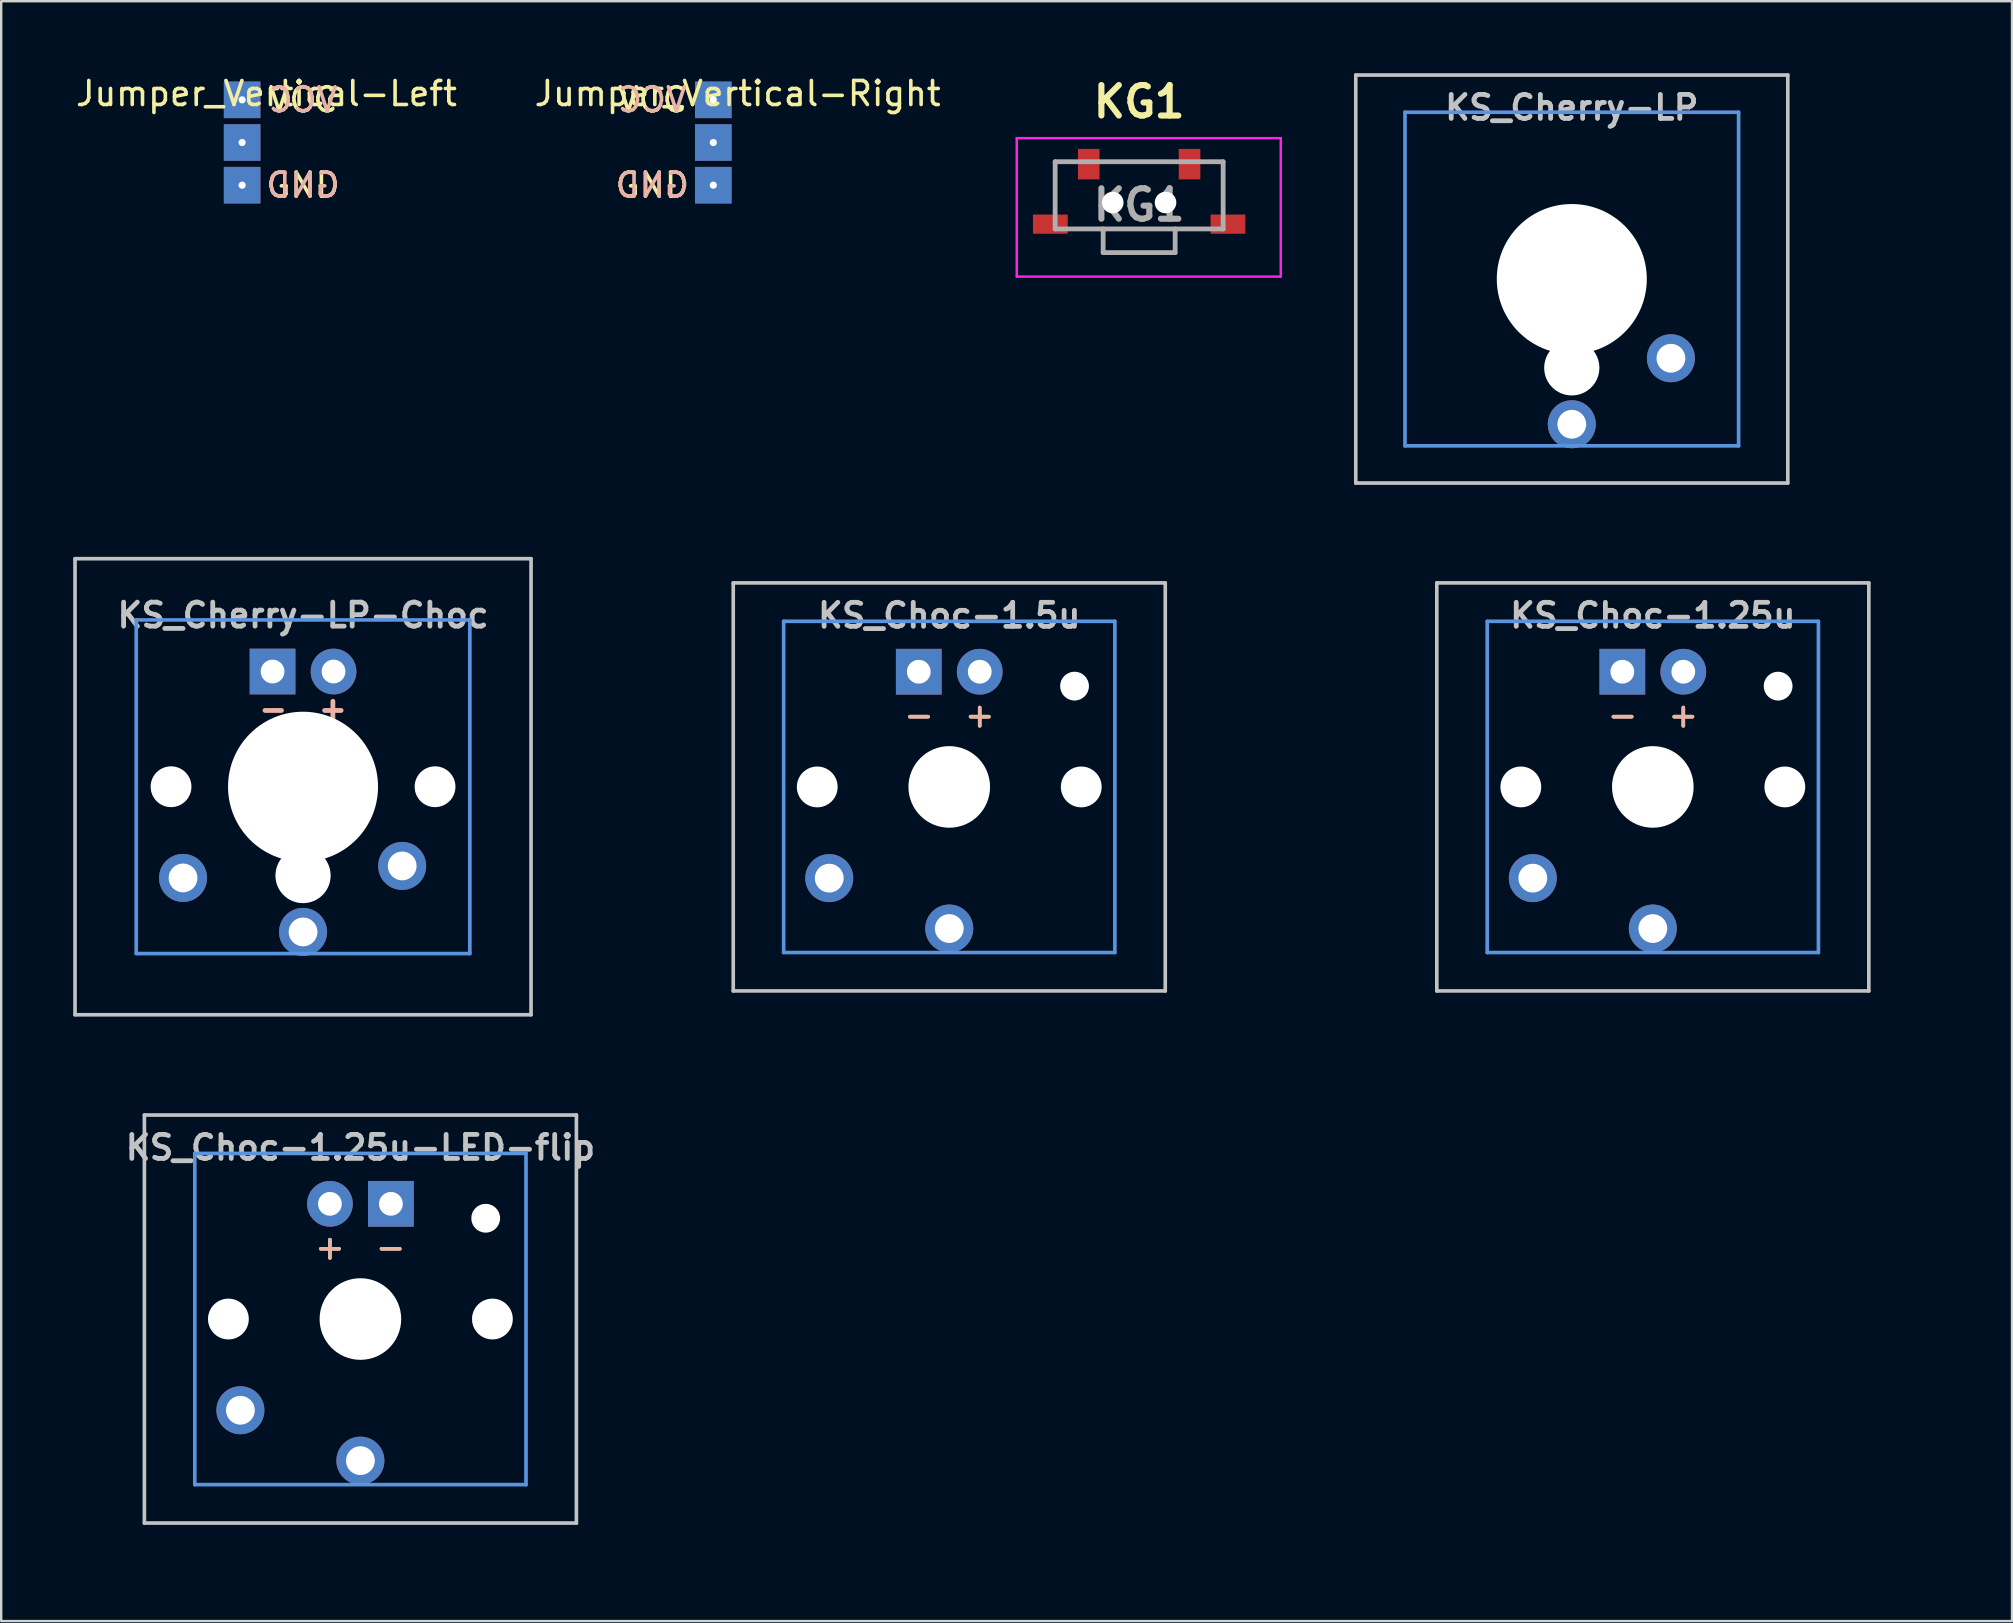
<source format=kicad_pcb>
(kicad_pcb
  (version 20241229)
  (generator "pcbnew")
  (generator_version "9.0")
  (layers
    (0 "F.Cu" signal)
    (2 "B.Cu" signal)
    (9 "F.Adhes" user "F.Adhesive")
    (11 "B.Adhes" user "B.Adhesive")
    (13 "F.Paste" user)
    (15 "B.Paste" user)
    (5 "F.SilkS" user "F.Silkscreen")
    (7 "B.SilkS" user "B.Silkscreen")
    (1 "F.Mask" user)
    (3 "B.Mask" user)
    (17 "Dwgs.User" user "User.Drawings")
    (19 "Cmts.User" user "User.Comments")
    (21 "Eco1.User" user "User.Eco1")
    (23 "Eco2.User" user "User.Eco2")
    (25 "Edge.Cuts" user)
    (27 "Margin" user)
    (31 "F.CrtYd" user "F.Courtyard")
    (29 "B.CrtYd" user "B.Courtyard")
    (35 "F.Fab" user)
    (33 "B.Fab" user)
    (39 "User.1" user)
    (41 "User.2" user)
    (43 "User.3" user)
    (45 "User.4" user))
  (footprint "KS_Choc-1.25u-LED-flip"
    (layer "F.Cu")
    (at 11.966 51.907)
    (property "Reference" "KS_Choc-1.25u-LED-flip" (at 0 -7.144 180) (layer "Dwgs.User") (effects (font (size 1 1) (thickness 0.2))))
    (attr through_hole)
    (fp_line (start -9 -8.5) (end 9 -8.5) (stroke (width 0.152) (type solid)) (layer "Dwgs.User"))
    (fp_line (start -9 8.5) (end -9 -8.5) (stroke (width 0.152) (type solid)) (layer "Dwgs.User"))
    (fp_line (start 9 -8.5) (end 9 8.5) (stroke (width 0.152) (type solid)) (layer "Dwgs.User"))
    (fp_line (start 9 8.5) (end -9 8.5) (stroke (width 0.152) (type solid)) (layer "Dwgs.User"))
    (fp_line (start -6.9 -6.9) (end 6.9 -6.9) (stroke (width 0.152) (type solid)) (layer "Cmts.User"))
    (fp_line (start -6.9 6.9) (end -6.9 -6.9) (stroke (width 0.152) (type solid)) (layer "Cmts.User"))
    (fp_line (start 6.9 -6.9) (end 6.9 6.9) (stroke (width 0.152) (type solid)) (layer "Cmts.User"))
    (fp_line (start 6.9 6.9) (end -6.9 6.9) (stroke (width 0.152) (type solid)) (layer "Cmts.User"))
    (fp_line (start -11.906 -9.525) (end -11.906 9.525) (stroke (width 0.12) (type solid)) (layer "Eco1.User"))
    (fp_line (start -11.906 -9.525) (end 11.906 -9.525) (stroke (width 0.12) (type solid)) (layer "Eco1.User"))
    (fp_line (start -11.906 9.525) (end 11.906 9.525) (stroke (width 0.12) (type solid)) (layer "Eco1.User"))
    (fp_line (start 11.906 -9.525) (end 11.906 9.525) (stroke (width 0.12) (type solid)) (layer "Eco1.User"))
    (fp_line (start -7.5 -7.5) (end 7.5 -7.5) (stroke (width 0.152) (type solid)) (layer "Eco2.User"))
    (fp_line (start -7.5 7.5) (end -7.5 -7.5) (stroke (width 0.152) (type solid)) (layer "Eco2.User"))
    (fp_line (start 7.5 -7.5) (end 7.5 7.5) (stroke (width 0.152) (type solid)) (layer "Eco2.User"))
    (fp_line (start 7.5 7.5) (end -7.5 7.5) (stroke (width 0.152) (type solid)) (layer "Eco2.User"))
    (fp_text user "-" (at 1.26 -3 180) (layer "F.SilkS") (effects (font (size 1 1) (thickness 0.15))))
    (fp_text user "+" (at -1.27 -3 180) (layer "F.SilkS") (effects (font (size 1 1) (thickness 0.15))))
    (fp_text user "-" (at 1.26 -3 180) (layer "B.SilkS") (effects (font (size 1 1) (thickness 0.15)) (justify mirror)))
    (fp_text user "+" (at -1.27 -3 180) (layer "B.SilkS") (effects (font (size 1 1) (thickness 0.15)) (justify mirror)))
    (pad "" np_thru_hole circle (at -5.5 0 180) (size 1.7 1.7) (drill 1.7) (layers "*.Cu" "*.Mask"))
    (pad "" np_thru_hole circle (at 0 0 180) (size 3.4 3.4) (drill 3.4) (layers "*.Cu" "*.Mask"))
    (pad "" np_thru_hole circle (at 5.22 -4.2 180) (size 1.2 1.2) (drill 1.2) (layers "*.Cu" "*.Mask"))
    (pad "" np_thru_hole circle (at 5.5 0 180) (size 1.7 1.7) (drill 1.7) (layers "*.Cu" "*.Mask"))
    (pad "1" thru_hole circle (at 0 5.9 180) (size 2 2) (drill 1.2) (layers "*.Cu" "*.Mask"))
    (pad "2" thru_hole circle (at -5 3.8 41.9) (size 2 2) (drill 1.2) (layers "*.Cu" "*.Mask"))
    (pad "3" thru_hole circle (at -1.27 -4.8 180) (size 1.905 1.905) (drill 0.991) (layers "*.Cu" "*.Mask"))
    (pad "4" thru_hole rect (at 1.27 -4.8 180) (size 1.905 1.905) (drill 0.991) (layers "*.Cu" "*.Mask")))
  (footprint "KS_Cherry-LP"
    (layer "F.Cu")
    (at 62.438 8.576)
    (property "Reference" "KS_Cherry-LP" (at 0 -7.144 180) (layer "Dwgs.User") (effects (font (size 1 1) (thickness 0.2))))
    (attr through_hole)
    (fp_line (start -9 -8.5) (end 9 -8.5) (stroke (width 0.152) (type solid)) (layer "Dwgs.User"))
    (fp_line (start -9 8.5) (end -9 -8.5) (stroke (width 0.152) (type solid)) (layer "Dwgs.User"))
    (fp_line (start 9 -8.5) (end 9 8.5) (stroke (width 0.152) (type solid)) (layer "Dwgs.User"))
    (fp_line (start 9 8.5) (end -9 8.5) (stroke (width 0.152) (type solid)) (layer "Dwgs.User"))
    (fp_line (start -6.95 -6.95) (end 6.95 -6.95) (stroke (width 0.152) (type solid)) (layer "Cmts.User"))
    (fp_line (start -6.95 6.95) (end -6.95 -6.95) (stroke (width 0.152) (type solid)) (layer "Cmts.User"))
    (fp_line (start 6.95 -6.95) (end 6.95 6.95) (stroke (width 0.152) (type solid)) (layer "Cmts.User"))
    (fp_line (start 6.95 6.95) (end -6.95 6.95) (stroke (width 0.152) (type solid)) (layer "Cmts.User"))
    (fp_line (start -7.5 -7.5) (end 7.5 -7.5) (stroke (width 0.152) (type solid)) (layer "Eco2.User"))
    (fp_line (start -7.5 7.5) (end -7.5 -7.5) (stroke (width 0.152) (type solid)) (layer "Eco2.User"))
    (fp_line (start 7.5 -7.5) (end 7.5 7.5) (stroke (width 0.152) (type solid)) (layer "Eco2.User"))
    (fp_line (start 7.5 7.5) (end -7.5 7.5) (stroke (width 0.152) (type solid)) (layer "Eco2.User"))
    (pad "" np_thru_hole circle (at 0 0 180) (size 6.25 6.25) (drill 6.25) (layers "*.Cu" "*.Mask"))
    (pad "" np_thru_hole circle (at 0 3.7 180) (size 2.3 2.3) (drill 2.3) (layers "*.Cu" "*.Mask"))
    (pad "1" thru_hole circle (at 0 6.05 180) (size 2 2) (drill 1.2) (layers "*.Cu" "*.Mask"))
    (pad "2" thru_hole circle (at 4.13 3.3 41.9) (size 2 2) (drill 1.2) (layers "*.Cu" "*.Mask")))
  (footprint "Jumper_Vertical-Left"
    (layer "F.Cu")
    (at 7.038 2.888)
    (property "Reference" "Jumper_Vertical-Left" (at 1.016 -2.04 0) (layer "F.SilkS") (effects (font (size 1 1) (thickness 0.15))))
    (attr through_hole)
    (fp_text user "GND" (at 2.54 1.778 0) (layer "F.SilkS") (effects (font (size 1 1) (thickness 0.15))))
    (fp_text user "VCC" (at 2.54 -1.778 0) (layer "F.SilkS") (effects (font (size 1 1) (thickness 0.15))))
    (fp_text user "GND" (at 2.54 1.778 0) (layer "B.SilkS") (effects (font (size 1 1) (thickness 0.15)) (justify mirror)))
    (fp_text user "VCC" (at 2.54 -1.778 0) (layer "B.SilkS") (effects (font (size 1 1) (thickness 0.15)) (justify mirror)))
    (pad "1" thru_hole rect (at 0 -1.778) (size 1.524 1.524) (drill 0.3) (layers "*.Cu" "*.Mask"))
    (pad "2" thru_hole rect (at 0 0) (size 1.524 1.524) (drill 0.3) (layers "*.Cu" "*.Mask"))
    (pad "3" thru_hole rect (at 0 1.778) (size 1.524 1.524) (drill 0.3) (layers "*.Cu" "*.Mask")))
  (footprint "KS_Cherry-LP-Choc"
    (layer "F.Cu")
    (at 9.576 29.729)
    (property "Reference" "KS_Cherry-LP-Choc" (at 0 -7.144 180) (layer "Dwgs.User") (effects (font (size 1 1) (thickness 0.2))))
    (attr through_hole)
    (fp_line (start -9.5 -9.5) (end 9.5 -9.5) (stroke (width 0.152) (type solid)) (layer "Dwgs.User"))
    (fp_line (start -9.5 9.5) (end -9.5 -9.5) (stroke (width 0.152) (type solid)) (layer "Dwgs.User"))
    (fp_line (start 9.5 -9.5) (end 9.5 9.5) (stroke (width 0.152) (type solid)) (layer "Dwgs.User"))
    (fp_line (start 9.5 9.5) (end -9.5 9.5) (stroke (width 0.152) (type solid)) (layer "Dwgs.User"))
    (fp_line (start -6.95 -6.95) (end 6.95 -6.95) (stroke (width 0.152) (type solid)) (layer "Cmts.User"))
    (fp_line (start -6.95 6.95) (end -6.95 -6.95) (stroke (width 0.152) (type solid)) (layer "Cmts.User"))
    (fp_line (start 6.95 -6.95) (end 6.95 6.95) (stroke (width 0.152) (type solid)) (layer "Cmts.User"))
    (fp_line (start 6.95 6.95) (end -6.95 6.95) (stroke (width 0.152) (type solid)) (layer "Cmts.User"))
    (fp_line (start -7.5 -7.5) (end 7.5 -7.5) (stroke (width 0.152) (type solid)) (layer "Eco2.User"))
    (fp_line (start -7.5 7.5) (end -7.5 -7.5) (stroke (width 0.152) (type solid)) (layer "Eco2.User"))
    (fp_line (start 7.5 -7.5) (end 7.5 7.5) (stroke (width 0.152) (type solid)) (layer "Eco2.User"))
    (fp_line (start 7.5 7.5) (end -7.5 7.5) (stroke (width 0.152) (type solid)) (layer "Eco2.User"))
    (fp_text user "-  +" (at 0 -3.25 0) (layer "B.SilkS") (effects (font (size 1 0.9) (thickness 0.2))))
    (pad "" np_thru_hole circle (at -5.5 0 41.9) (size 1.7 1.7) (drill 1.7) (layers "*.Cu" "*.Mask"))
    (pad "" np_thru_hole circle (at 0 0 180) (size 6.25 6.25) (drill 6.25) (layers "*.Cu" "*.Mask"))
    (pad "" np_thru_hole circle (at 0 3.7 180) (size 2.3 2.3) (drill 2.3) (layers "*.Cu" "*.Mask"))
    (pad "" np_thru_hole circle (at 5.5 0 41.9) (size 1.7 1.7) (drill 1.7) (layers "*.Cu" "*.Mask"))
    (pad "1" thru_hole circle (at 0 6.05 180) (size 2 2) (drill 1.2) (layers "*.Cu" "*.Mask"))
    (pad "2" thru_hole circle (at -5 3.8 41.9) (size 2 2) (drill 1.2) (layers "*.Cu" "*.Mask"))
    (pad "2" thru_hole circle (at 4.13 3.3 41.9) (size 2 2) (drill 1.2) (layers "*.Cu" "*.Mask"))
    (pad "3" thru_hole circle (at 1.27 -4.8) (size 1.905 1.905) (drill 0.991) (layers "*.Cu" "*.Mask"))
    (pad "4" thru_hole rect (at -1.27 -4.8) (size 1.905 1.905) (drill 0.991) (layers "*.Cu" "*.Mask")))
  (footprint "KS_Choc-1.25u"
    (layer "F.Cu")
    (at 65.814 29.737)
    (property "Reference" "KS_Choc-1.25u" (at 0 -7.144 180) (layer "Dwgs.User") (effects (font (size 1 1) (thickness 0.2))))
    (attr through_hole)
    (fp_line (start -9 -8.5) (end 9 -8.5) (stroke (width 0.152) (type solid)) (layer "Dwgs.User"))
    (fp_line (start -9 8.5) (end -9 -8.5) (stroke (width 0.152) (type solid)) (layer "Dwgs.User"))
    (fp_line (start 9 -8.5) (end 9 8.5) (stroke (width 0.152) (type solid)) (layer "Dwgs.User"))
    (fp_line (start 9 8.5) (end -9 8.5) (stroke (width 0.152) (type solid)) (layer "Dwgs.User"))
    (fp_line (start -6.9 -6.9) (end 6.9 -6.9) (stroke (width 0.152) (type solid)) (layer "Cmts.User"))
    (fp_line (start -6.9 6.9) (end -6.9 -6.9) (stroke (width 0.152) (type solid)) (layer "Cmts.User"))
    (fp_line (start 6.9 -6.9) (end 6.9 6.9) (stroke (width 0.152) (type solid)) (layer "Cmts.User"))
    (fp_line (start 6.9 6.9) (end -6.9 6.9) (stroke (width 0.152) (type solid)) (layer "Cmts.User"))
    (fp_line (start -11.906 -9.525) (end -11.906 9.525) (stroke (width 0.12) (type solid)) (layer "Eco1.User"))
    (fp_line (start -11.906 -9.525) (end 11.906 -9.525) (stroke (width 0.12) (type solid)) (layer "Eco1.User"))
    (fp_line (start -11.906 9.525) (end 11.906 9.525) (stroke (width 0.12) (type solid)) (layer "Eco1.User"))
    (fp_line (start 11.906 -9.525) (end 11.906 9.525) (stroke (width 0.12) (type solid)) (layer "Eco1.User"))
    (fp_line (start -7.5 -7.5) (end 7.5 -7.5) (stroke (width 0.152) (type solid)) (layer "Eco2.User"))
    (fp_line (start -7.5 7.5) (end -7.5 -7.5) (stroke (width 0.152) (type solid)) (layer "Eco2.User"))
    (fp_line (start 7.5 -7.5) (end 7.5 7.5) (stroke (width 0.152) (type solid)) (layer "Eco2.User"))
    (fp_line (start 7.5 7.5) (end -7.5 7.5) (stroke (width 0.152) (type solid)) (layer "Eco2.User"))
    (fp_text user "-" (at -1.26 -3 180) (layer "F.SilkS") (effects (font (size 1 1) (thickness 0.15))))
    (fp_text user "+" (at 1.27 -3 180) (layer "F.SilkS") (effects (font (size 1 1) (thickness 0.15))))
    (fp_text user "-" (at -1.26 -3 180) (layer "B.SilkS") (effects (font (size 1 1) (thickness 0.15)) (justify mirror)))
    (fp_text user "+" (at 1.27 -3 180) (layer "B.SilkS") (effects (font (size 1 1) (thickness 0.15)) (justify mirror)))
    (pad "" np_thru_hole circle (at -5.5 0 180) (size 1.7 1.7) (drill 1.7) (layers "*.Cu" "*.Mask"))
    (pad "" np_thru_hole circle (at 0 0 180) (size 3.4 3.4) (drill 3.4) (layers "*.Cu" "*.Mask"))
    (pad "" np_thru_hole circle (at 5.22 -4.2 180) (size 1.2 1.2) (drill 1.2) (layers "*.Cu" "*.Mask"))
    (pad "" np_thru_hole circle (at 5.5 0 180) (size 1.7 1.7) (drill 1.7) (layers "*.Cu" "*.Mask"))
    (pad "1" thru_hole circle (at 0 5.9 180) (size 2 2) (drill 1.2) (layers "*.Cu" "*.Mask"))
    (pad "2" thru_hole circle (at -5 3.8 41.9) (size 2 2) (drill 1.2) (layers "*.Cu" "*.Mask"))
    (pad "3" thru_hole circle (at 1.27 -4.8 180) (size 1.905 1.905) (drill 0.991) (layers "*.Cu" "*.Mask"))
    (pad "4" thru_hole rect (at -1.27 -4.8 180) (size 1.905 1.905) (drill 0.991) (layers "*.Cu" "*.Mask")))
  (footprint "KS_Choc-1.5u"
    (layer "F.Cu")
    (at 36.5 29.737)
    (property "Reference" "KS_Choc-1.5u" (at 0 -7.144 180) (layer "Dwgs.User") (effects (font (size 1 1) (thickness 0.2))))
    (attr through_hole)
    (fp_line (start -9 -8.5) (end 9 -8.5) (stroke (width 0.152) (type solid)) (layer "Dwgs.User"))
    (fp_line (start -9 8.5) (end -9 -8.5) (stroke (width 0.152) (type solid)) (layer "Dwgs.User"))
    (fp_line (start 9 -8.5) (end 9 8.5) (stroke (width 0.152) (type solid)) (layer "Dwgs.User"))
    (fp_line (start 9 8.5) (end -9 8.5) (stroke (width 0.152) (type solid)) (layer "Dwgs.User"))
    (fp_line (start -6.9 -6.9) (end 6.9 -6.9) (stroke (width 0.152) (type solid)) (layer "Cmts.User"))
    (fp_line (start -6.9 6.9) (end -6.9 -6.9) (stroke (width 0.152) (type solid)) (layer "Cmts.User"))
    (fp_line (start 6.9 -6.9) (end 6.9 6.9) (stroke (width 0.152) (type solid)) (layer "Cmts.User"))
    (fp_line (start 6.9 6.9) (end -6.9 6.9) (stroke (width 0.152) (type solid)) (layer "Cmts.User"))
    (fp_line (start -14.287 -9.525) (end -14.287 9.525) (stroke (width 0.12) (type solid)) (layer "Eco1.User"))
    (fp_line (start -14.287 -9.525) (end 14.287 -9.525) (stroke (width 0.12) (type solid)) (layer "Eco1.User"))
    (fp_line (start -14.287 9.525) (end 14.287 9.525) (stroke (width 0.12) (type solid)) (layer "Eco1.User"))
    (fp_line (start 14.287 -9.525) (end 14.287 9.525) (stroke (width 0.12) (type solid)) (layer "Eco1.User"))
    (fp_line (start -7.5 -7.5) (end 7.5 -7.5) (stroke (width 0.152) (type solid)) (layer "Eco2.User"))
    (fp_line (start -7.5 7.5) (end -7.5 -7.5) (stroke (width 0.152) (type solid)) (layer "Eco2.User"))
    (fp_line (start 7.5 -7.5) (end 7.5 7.5) (stroke (width 0.152) (type solid)) (layer "Eco2.User"))
    (fp_line (start 7.5 7.5) (end -7.5 7.5) (stroke (width 0.152) (type solid)) (layer "Eco2.User"))
    (fp_text user "+" (at 1.27 -3 180) (layer "F.SilkS") (effects (font (size 1 1) (thickness 0.15))))
    (fp_text user "-" (at -1.26 -3 180) (layer "F.SilkS") (effects (font (size 1 1) (thickness 0.15))))
    (fp_text user "-" (at -1.26 -3 180) (layer "B.SilkS") (effects (font (size 1 1) (thickness 0.15)) (justify mirror)))
    (fp_text user "+" (at 1.27 -3 180) (layer "B.SilkS") (effects (font (size 1 1) (thickness 0.15)) (justify mirror)))
    (pad "" np_thru_hole circle (at -5.5 0 180) (size 1.7 1.7) (drill 1.7) (layers "*.Cu" "*.Mask"))
    (pad "" np_thru_hole circle (at 0 0 180) (size 3.4 3.4) (drill 3.4) (layers "*.Cu" "*.Mask"))
    (pad "" np_thru_hole circle (at 5.22 -4.2 180) (size 1.2 1.2) (drill 1.2) (layers "*.Cu" "*.Mask"))
    (pad "" np_thru_hole circle (at 5.5 0 180) (size 1.7 1.7) (drill 1.7) (layers "*.Cu" "*.Mask"))
    (pad "1" thru_hole circle (at 0 5.9 180) (size 2 2) (drill 1.2) (layers "*.Cu" "*.Mask"))
    (pad "2" thru_hole circle (at -5 3.8 41.9) (size 2 2) (drill 1.2) (layers "*.Cu" "*.Mask"))
    (pad "3" thru_hole circle (at 1.27 -4.8 180) (size 1.905 1.905) (drill 0.991) (layers "*.Cu" "*.Mask"))
    (pad "4" thru_hole rect (at -1.27 -4.8 180) (size 1.905 1.905) (drill 0.991) (layers "*.Cu" "*.Mask")))
  (footprint "Jumper_Vertical-Right"
    (layer "F.Cu")
    (at 26.669 2.888)
    (property "Reference" "Jumper_Vertical-Right" (at 1.016 -2.04 0) (layer "F.SilkS") (effects (font (size 1 1) (thickness 0.15))))
    (attr through_hole)
    (fp_text user "GND" (at -2.54 1.778 0) (layer "F.SilkS") (effects (font (size 1 1) (thickness 0.15))))
    (fp_text user "VCC" (at -2.54 -1.778 0) (layer "F.SilkS") (effects (font (size 1 1) (thickness 0.15))))
    (fp_text user "GND" (at -2.54 1.778 0) (layer "B.SilkS") (effects (font (size 1 1) (thickness 0.15)) (justify mirror)))
    (fp_text user "VCC" (at -2.54 -1.778 0) (layer "B.SilkS") (effects (font (size 1 1) (thickness 0.15)) (justify mirror)))
    (pad "1" thru_hole rect (at 0 -1.778) (size 1.524 1.524) (drill 0.3) (layers "*.Cu" "*.Mask"))
    (pad "2" thru_hole rect (at 0 0) (size 1.524 1.524) (drill 0.3) (layers "*.Cu" "*.Mask"))
    (pad "3" thru_hole rect (at 0 1.778) (size 1.524 1.524) (drill 0.3) (layers "*.Cu" "*.Mask")))
  (footprint "KG1"
    (layer "F.Cu")
    (at 44.412 5.489)
    (property "Reference" "KG1" (at 0 -4.3 0) (layer "F.SilkS") (effects (font (size 1.27 1.27) (thickness 0.254))))
    (attr smd)
    (fp_line (start -3.5 -1.8) (end -3.5 -0.265) (stroke (width 0.1) (type solid)) (layer "F.SilkS"))
    (fp_line (start -2.95 -1.8) (end -3.5 -1.8) (stroke (width 0.1) (type solid)) (layer "F.SilkS"))
    (fp_line (start -2.4 0.985) (end 2.4 0.985) (stroke (width 0.1) (type solid)) (layer "F.SilkS"))
    (fp_line (start -1.4 -1.8) (end 1.4 -1.8) (stroke (width 0.1) (type solid)) (layer "F.SilkS"))
    (fp_line (start 3.475 -1.8) (end 2.925 -1.8) (stroke (width 0.1) (type solid)) (layer "F.SilkS"))
    (fp_line (start 3.5 -1.8) (end 3.5 -0.275) (stroke (width 0.1) (type solid)) (layer "F.SilkS"))
    (fp_line (start -5.1 -2.785) (end 5.9 -2.785) (stroke (width 0.1) (type solid)) (layer "F.CrtYd"))
    (fp_line (start -5.1 2.985) (end -5.1 -2.785) (stroke (width 0.1) (type solid)) (layer "F.CrtYd"))
    (fp_line (start 5.9 -2.785) (end 5.9 2.985) (stroke (width 0.1) (type solid)) (layer "F.CrtYd"))
    (fp_line (start 5.9 2.985) (end -5.1 2.985) (stroke (width 0.1) (type solid)) (layer "F.CrtYd"))
    (fp_line (start -3.5 -1.8) (end 3.5 -1.8) (stroke (width 0.2) (type solid)) (layer "F.Fab"))
    (fp_line (start -3.5 1) (end -3.5 -1.8) (stroke (width 0.2) (type solid)) (layer "F.Fab"))
    (fp_line (start -1.5 1) (end -1.5 1.985) (stroke (width 0.2) (type solid)) (layer "F.Fab"))
    (fp_line (start -1.5 1.985) (end 1.5 1.985) (stroke (width 0.2) (type solid)) (layer "F.Fab"))
    (fp_line (start 1.5 1.985) (end 1.5 1) (stroke (width 0.2) (type solid)) (layer "F.Fab"))
    (fp_line (start 3.5 -1.8) (end 3.5 1) (stroke (width 0.2) (type solid)) (layer "F.Fab"))
    (fp_line (start 3.5 1) (end -3.5 1) (stroke (width 0.2) (type solid)) (layer "F.Fab"))
    (fp_text user "${REFERENCE}" (at 0 0 0) (layer "F.Fab") (effects (font (size 1.27 1.27) (thickness 0.254))))
    (pad "" np_thru_hole circle (at -1.1 -0.1) (size 0.9 0.9) (drill 1) (layers "*.Cu" "*.Mask"))
    (pad "" np_thru_hole circle (at 1.1 -0.1) (size 0.9 0.9) (drill 1) (layers "*.Cu" "*.Mask"))
    (pad "1" smd rect (at -2.1 -1.7) (size 0.9 1.27) (layers "F.Cu" "F.Mask" "F.Paste"))
    (pad "2" smd rect (at 2.1 -1.7) (size 0.9 1.27) (layers "F.Cu" "F.Mask" "F.Paste"))
    (pad "3" smd rect (at -3.7 0.8 90) (size 0.8 1.45) (layers "F.Cu" "F.Mask" "F.Paste"))
    (pad "4" smd rect (at 3.7 0.8 90) (size 0.8 1.45) (layers "F.Cu" "F.Mask" "F.Paste")))
  (gr_rect
    (start -3 -3)
    (end 80.78 64.492)
    (stroke (width 0.1) (type default))
    (fill no)
    (layer "Edge.Cuts")))
</source>
